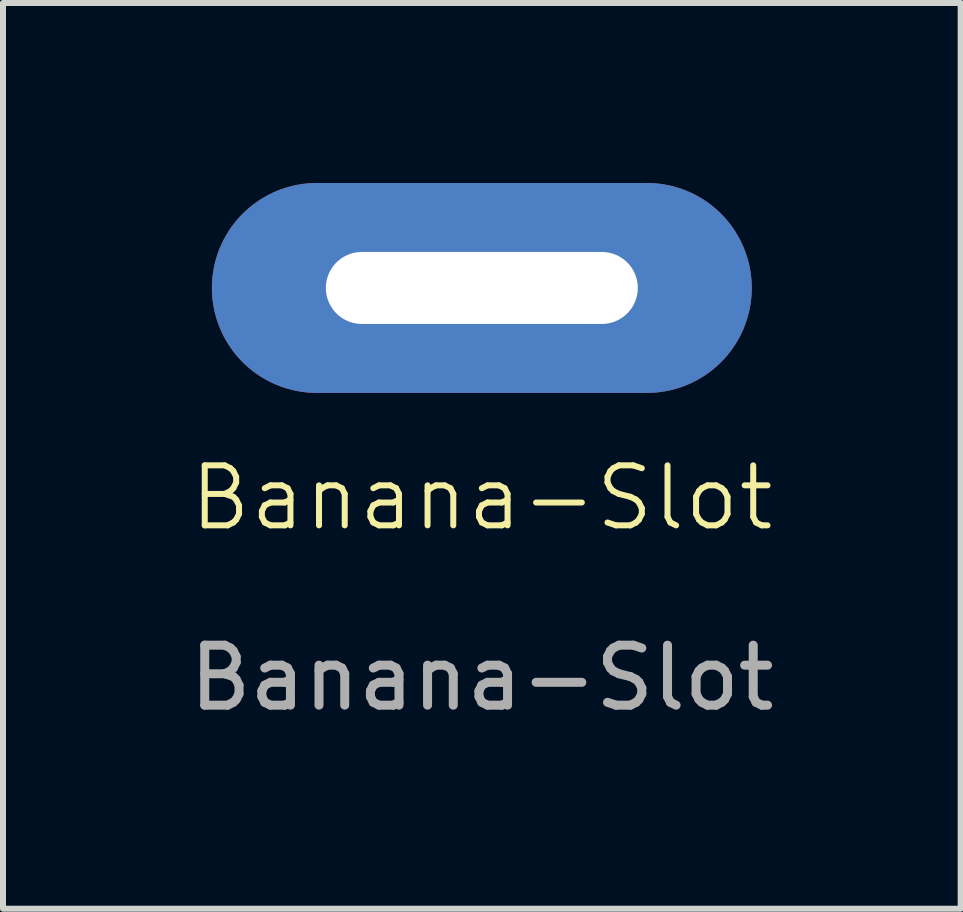
<source format=kicad_pcb>
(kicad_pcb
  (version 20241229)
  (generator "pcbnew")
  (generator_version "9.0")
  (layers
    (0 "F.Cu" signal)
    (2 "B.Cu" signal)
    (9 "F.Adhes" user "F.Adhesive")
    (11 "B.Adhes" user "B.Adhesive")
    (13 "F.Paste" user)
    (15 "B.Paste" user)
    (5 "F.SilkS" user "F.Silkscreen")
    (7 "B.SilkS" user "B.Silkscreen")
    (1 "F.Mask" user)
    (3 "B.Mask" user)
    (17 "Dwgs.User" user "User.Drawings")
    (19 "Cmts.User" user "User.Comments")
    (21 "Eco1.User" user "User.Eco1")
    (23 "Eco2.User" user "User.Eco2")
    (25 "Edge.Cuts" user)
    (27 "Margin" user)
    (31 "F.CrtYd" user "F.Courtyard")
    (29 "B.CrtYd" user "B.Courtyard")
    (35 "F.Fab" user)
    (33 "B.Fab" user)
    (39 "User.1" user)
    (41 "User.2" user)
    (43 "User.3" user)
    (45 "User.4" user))
  (footprint "Banana-Slot"
    (layer "F.Cu")
    (at 4.982 5.75)
    (property "Reference" "Banana-Slot" (at 0 -0.5 0) (unlocked yes) (layer "F.SilkS") (effects (font (size 1 1) (thickness 0.1))))
    (attr through_hole)
    (fp_text user "${REFERENCE}" (at 0 2.5 0) (unlocked yes) (layer "F.Fab") (effects (font (size 1 1) (thickness 0.15))))
    (pad "1" thru_hole oval (at 0 -4) (size 9 3.5) (drill oval 5.2 1.2) (layers "*.Cu" "*.Mask")))
  (gr_rect
    (start -3 -3)
    (end 12.964 12.098)
    (stroke (width 0.1) (type default))
    (fill no)
    (layer "Edge.Cuts")))
</source>
